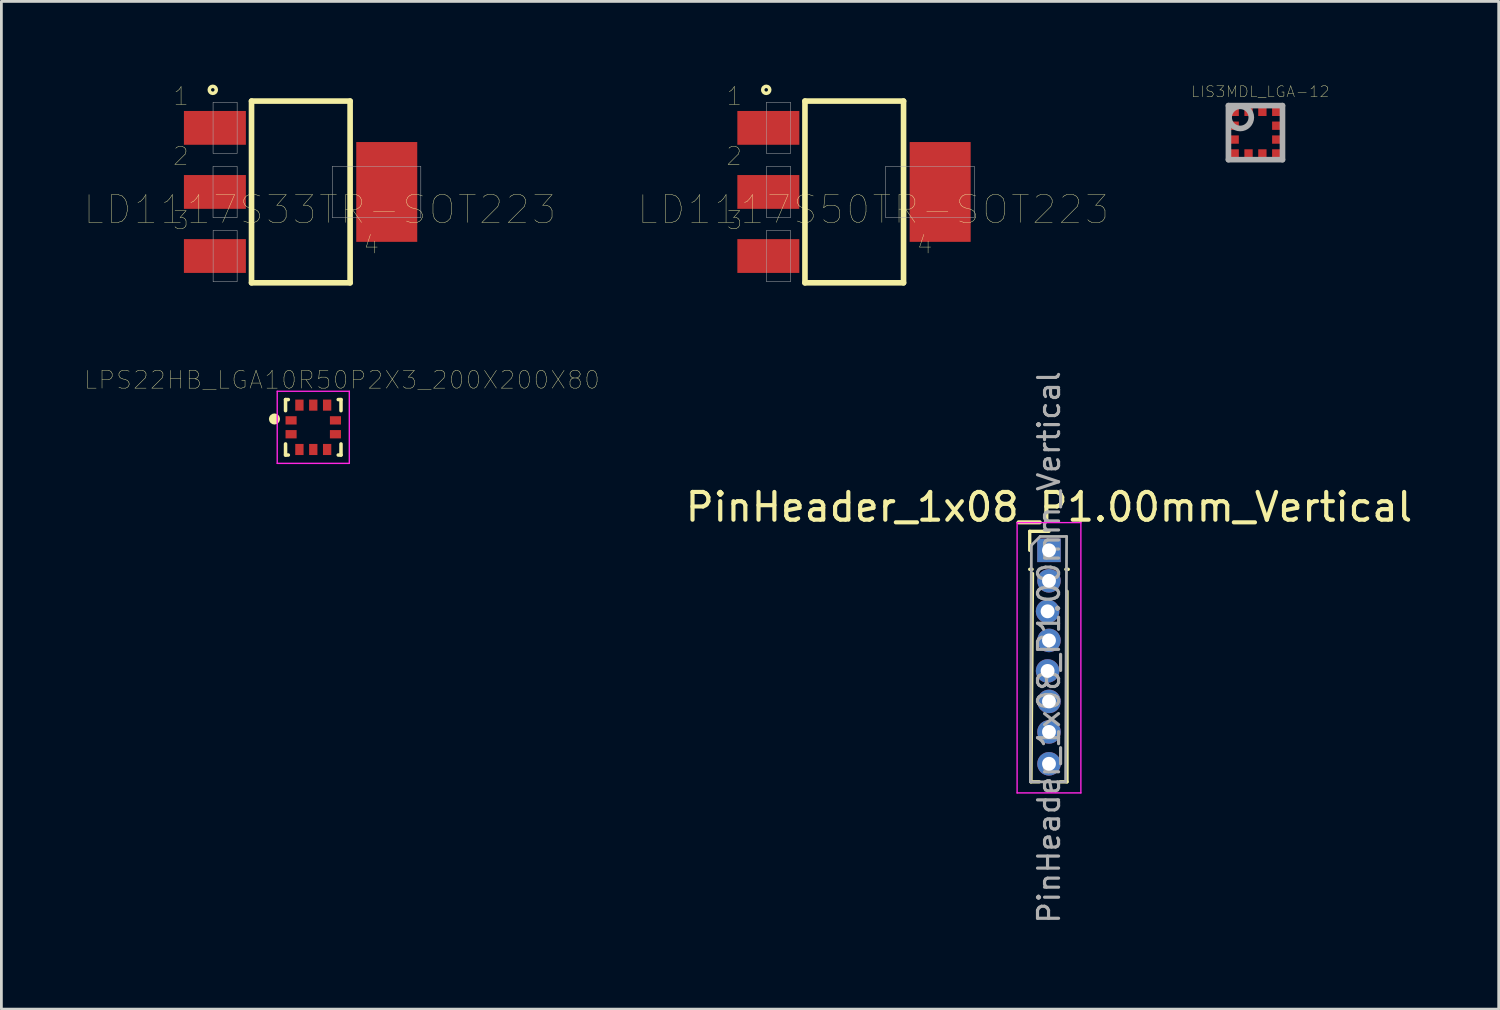
<source format=kicad_pcb>
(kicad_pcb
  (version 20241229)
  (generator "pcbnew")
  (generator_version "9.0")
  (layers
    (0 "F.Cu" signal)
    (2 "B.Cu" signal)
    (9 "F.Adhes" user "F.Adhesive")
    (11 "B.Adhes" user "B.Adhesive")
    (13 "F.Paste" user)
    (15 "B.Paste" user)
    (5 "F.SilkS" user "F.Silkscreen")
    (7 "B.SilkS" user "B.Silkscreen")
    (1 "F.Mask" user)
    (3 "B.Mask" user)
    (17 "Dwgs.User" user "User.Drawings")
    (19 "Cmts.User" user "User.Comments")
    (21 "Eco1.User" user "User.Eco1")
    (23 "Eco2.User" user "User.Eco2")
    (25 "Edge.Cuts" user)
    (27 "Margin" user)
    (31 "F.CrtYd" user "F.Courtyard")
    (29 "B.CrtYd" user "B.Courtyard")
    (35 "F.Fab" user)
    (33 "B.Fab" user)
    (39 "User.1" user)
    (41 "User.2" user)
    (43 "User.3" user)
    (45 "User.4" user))
  (footprint "PinHeader_1x08_P1.00mm_Vertical"
    (layer "F.Cu")
    (at 34.785 16.799)
    (property "Reference" "PinHeader_1x08_P1.00mm_Vertical" (at 0 -1.56 0) (layer "F.SilkS") (effects (font (size 1 1) (thickness 0.15))))
    (attr through_hole)
    (fp_line (start -0.695 -0.685) (end 0 -0.685) (stroke (width 0.12) (type solid)) (layer "F.SilkS"))
    (fp_line (start -0.695 0) (end -0.695 -0.685) (stroke (width 0.12) (type solid)) (layer "F.SilkS"))
    (fp_line (start -0.695 0.685) (end -0.608 0.685) (stroke (width 0.12) (type solid)) (layer "F.SilkS"))
    (fp_line (start -0.65 8.35) (end -0.35 8.35) (stroke (width 0.12) (type solid)) (layer "F.SilkS"))
    (fp_line (start -0.595 0.835) (end -0.65 8.35) (stroke (width 0.12) (type solid)) (layer "F.SilkS"))
    (fp_line (start 0.4 8.35) (end 0.65 8.35) (stroke (width 0.12) (type solid)) (layer "F.SilkS"))
    (fp_line (start 0.608 0.685) (end 0.695 0.685) (stroke (width 0.12) (type solid)) (layer "F.SilkS"))
    (fp_line (start 0.65 1.475) (end 0.65 8.35) (stroke (width 0.12) (type solid)) (layer "F.SilkS"))
    (fp_line (start -1.15 -1) (end -1.15 8.75) (stroke (width 0.05) (type solid)) (layer "F.CrtYd"))
    (fp_line (start -1.15 8.75) (end 1.15 8.75) (stroke (width 0.05) (type solid)) (layer "F.CrtYd"))
    (fp_line (start 1.15 -1) (end -1.15 -1) (stroke (width 0.05) (type solid)) (layer "F.CrtYd"))
    (fp_line (start 1.15 8.75) (end 1.15 -1) (stroke (width 0.05) (type solid)) (layer "F.CrtYd"))
    (fp_line (start -0.67 8.35) (end -0.635 -0.182) (stroke (width 0.1) (type solid)) (layer "F.Fab"))
    (fp_line (start -0.635 -0.182) (end -0.318 -0.5) (stroke (width 0.1) (type solid)) (layer "F.Fab"))
    (fp_line (start -0.318 -0.5) (end 0.635 -0.5) (stroke (width 0.1) (type solid)) (layer "F.Fab"))
    (fp_line (start 0.6 8.35) (end -0.67 8.35) (stroke (width 0.1) (type solid)) (layer "F.Fab"))
    (fp_line (start 0.635 -0.5) (end 0.6 8.35) (stroke (width 0.1) (type solid)) (layer "F.Fab"))
    (fp_text user "${REFERENCE}" (at 0 3.5 90) (layer "F.Fab") (effects (font (size 0.76 0.76) (thickness 0.114))))
    (pad "1" thru_hole rect (at 0 0) (size 0.85 0.85) (drill 0.5) (layers "*.Cu" "*.Mask"))
    (pad "2" thru_hole oval (at 0 1.1) (size 0.85 0.85) (drill 0.5) (layers "*.Cu" "*.Mask"))
    (pad "3" thru_hole oval (at -0.05 2.2) (size 0.85 0.85) (drill 0.5) (layers "*.Cu" "*.Mask"))
    (pad "4" thru_hole oval (at 0 3.25) (size 0.85 0.85) (drill 0.5) (layers "*.Cu" "*.Mask"))
    (pad "5" thru_hole oval (at -0.05 4.35) (size 0.85 0.85) (drill 0.5) (layers "*.Cu" "*.Mask"))
    (pad "6" thru_hole oval (at 0 5.45) (size 0.85 0.85) (drill 0.5) (layers "*.Cu" "*.Mask"))
    (pad "7" thru_hole oval (at 0 6.55) (size 0.85 0.85) (drill 0.5) (layers "*.Cu" "*.Mask"))
    (pad "8" thru_hole oval (at 0 7.7) (size 0.85 0.85) (drill 0.5) (layers "*.Cu" "*.Mask")))
  (footprint "LPS22HB_LGA10R50P2X3_200X200X80"
    (layer "F.Cu")
    (at 8.249 12.362)
    (property "Reference" "LPS22HB_LGA10R50P2X3_200X200X80" (at 1.034 -1.709 0) (layer "F.SilkS") (effects (font (size 0.641 0.641) (thickness 0.015))))
    (attr through_hole)
    (fp_line (start -1 -1) (end -1 -0.6) (stroke (width 0.127) (type solid)) (layer "F.SilkS"))
    (fp_line (start -1 0.6) (end -1 1) (stroke (width 0.127) (type solid)) (layer "F.SilkS"))
    (fp_line (start -0.9 -1) (end -1 -1) (stroke (width 0.127) (type solid)) (layer "F.SilkS"))
    (fp_line (start -0.9 1) (end -1 1) (stroke (width 0.127) (type solid)) (layer "F.SilkS"))
    (fp_line (start 0.9 1) (end 1 1) (stroke (width 0.127) (type solid)) (layer "F.SilkS"))
    (fp_line (start 1 -1) (end 0.9 -1) (stroke (width 0.127) (type solid)) (layer "F.SilkS"))
    (fp_line (start 1 -1) (end 1 -0.6) (stroke (width 0.127) (type solid)) (layer "F.SilkS"))
    (fp_line (start 1 1) (end 1 0.6) (stroke (width 0.127) (type solid)) (layer "F.SilkS"))
    (fp_circle (center -1.4 -0.3) (end -1.3 -0.3) (stroke (width 0.2) (type solid)) (fill no) (layer "F.SilkS"))
    (fp_line (start -1.3 -1.3) (end 1.3 -1.3) (stroke (width 0.05) (type solid)) (layer "F.CrtYd"))
    (fp_line (start -1.3 1.3) (end -1.3 -1.3) (stroke (width 0.05) (type solid)) (layer "F.CrtYd"))
    (fp_line (start 1.3 -1.3) (end 1.3 1.3) (stroke (width 0.05) (type solid)) (layer "F.CrtYd"))
    (fp_line (start 1.3 1.3) (end -1.3 1.3) (stroke (width 0.05) (type solid)) (layer "F.CrtYd"))
    (pad "1" smd rect (at -0.8 -0.25) (size 0.4 0.3) (layers "F.Cu" "F.Mask" "F.Paste"))
    (pad "2" smd rect (at -0.8 0.25) (size 0.4 0.3) (layers "F.Cu" "F.Mask" "F.Paste"))
    (pad "3" smd rect (at -0.5 0.8) (size 0.3 0.4) (layers "F.Cu" "F.Mask" "F.Paste"))
    (pad "4" smd rect (at 0 0.8) (size 0.3 0.4) (layers "F.Cu" "F.Mask" "F.Paste"))
    (pad "5" smd rect (at 0.5 0.8) (size 0.3 0.4) (layers "F.Cu" "F.Mask" "F.Paste"))
    (pad "6" smd rect (at 0.8 0.25) (size 0.4 0.3) (layers "F.Cu" "F.Mask" "F.Paste"))
    (pad "7" smd rect (at 0.8 -0.25) (size 0.4 0.3) (layers "F.Cu" "F.Mask" "F.Paste"))
    (pad "8" smd rect (at 0.5 -0.8) (size 0.3 0.4) (layers "F.Cu" "F.Mask" "F.Paste"))
    (pad "9" smd rect (at 0 -0.8) (size 0.3 0.4) (layers "F.Cu" "F.Mask" "F.Paste"))
    (pad "10" smd rect (at -0.5 -0.8) (size 0.3 0.4) (layers "F.Cu" "F.Mask" "F.Paste")))
  (footprint "LD1117S50TR-SOT223"
    (layer "F.Cu")
    (at 27.761 3.873)
    (property "Reference" "LD1117S50TR-SOT223" (at 0.686 0.635 180) (layer "F.SilkS") (effects (font (size 1 1) (thickness 0.015))))
    (attr through_hole)
    (fp_line (start -1.778 -3.277) (end 1.778 -3.277) (stroke (width 0.203) (type solid)) (layer "F.SilkS"))
    (fp_line (start -1.778 3.277) (end -1.778 -3.277) (stroke (width 0.203) (type solid)) (layer "F.SilkS"))
    (fp_line (start 1.778 -3.277) (end 1.778 3.277) (stroke (width 0.203) (type solid)) (layer "F.SilkS"))
    (fp_line (start 1.778 3.277) (end -1.778 3.277) (stroke (width 0.203) (type solid)) (layer "F.SilkS"))
    (fp_circle (center -3.175 -3.683) (end -3.048 -3.683) (stroke (width 0.127) (type solid)) (fill no) (layer "F.SilkS"))
    (fp_poly (pts (xy -3.168 -3.239) (xy -2.299 -3.239) (xy -2.299 -1.387) (xy -3.168 -1.387)) (stroke (width 0.01) (type solid)) (fill no) (layer "F.Fab"))
    (fp_poly (pts (xy -3.166 1.384) (xy -2.299 1.384) (xy -2.299 3.242) (xy -3.166 3.242)) (stroke (width 0.01) (type solid)) (fill no) (layer "F.Fab"))
    (fp_poly (pts (xy -3.164 -3.239) (xy -2.299 -3.239) (xy -2.299 -1.385) (xy -3.164 -1.385)) (stroke (width 0.01) (type solid)) (fill no) (layer "F.Fab"))
    (fp_poly (pts (xy -3.164 1.384) (xy -2.299 1.384) (xy -2.299 3.24) (xy -3.164 3.24)) (stroke (width 0.01) (type solid)) (fill no) (layer "F.Fab"))
    (fp_poly (pts (xy -3.164 -0.927) (xy -2.299 -0.927) (xy -2.299 0.928) (xy -3.164 0.928)) (stroke (width 0.01) (type solid)) (fill no) (layer "F.Fab"))
    (fp_poly (pts (xy -3.163 -0.927) (xy -2.299 -0.927) (xy -2.299 0.927) (xy -3.163 0.927)) (stroke (width 0.01) (type solid)) (fill no) (layer "F.Fab"))
    (fp_poly (pts (xy 1.13 -0.927) (xy 4.331 -0.927) (xy 4.331 0.927) (xy 1.13 0.927)) (stroke (width 0.01) (type solid)) (fill no) (layer "F.Fab"))
    (fp_poly (pts (xy 1.131 -0.927) (xy 4.331 -0.927) (xy 4.331 0.927) (xy 1.131 0.927)) (stroke (width 0.01) (type solid)) (fill no) (layer "F.Fab"))
    (fp_text user "1" (at -4.325 -3.458 0) (layer "F.SilkS") (effects (font (size 0.641 0.641) (thickness 0.015))))
    (fp_text user "3" (at -4.318 1.021 0) (layer "F.SilkS") (effects (font (size 0.64 0.64) (thickness 0.015))))
    (fp_text user "4" (at 2.541 1.906 0) (layer "F.SilkS") (effects (font (size 0.64 0.64) (thickness 0.015))))
    (fp_text user "2" (at -4.334 -1.293 0) (layer "F.SilkS") (effects (font (size 0.641 0.641) (thickness 0.015))))
    (pad "1" smd rect (at -3.099 -2.311) (size 2.235 1.219) (layers "F.Cu" "F.Mask" "F.Paste"))
    (pad "2" smd rect (at -3.099 0) (size 2.235 1.219) (layers "F.Cu" "F.Mask" "F.Paste"))
    (pad "3" smd rect (at -3.099 2.311) (size 2.235 1.219) (layers "F.Cu" "F.Mask" "F.Paste"))
    (pad "4" smd rect (at 3.099 0) (size 2.2 3.6) (layers "F.Cu" "F.Mask" "F.Paste")))
  (footprint "LD1117S33TR-SOT223"
    (layer "F.Cu")
    (at 7.8 3.873)
    (property "Reference" "LD1117S33TR-SOT223" (at 0.687 0.636 180) (layer "F.SilkS") (effects (font (size 1.002 1.002) (thickness 0.015))))
    (attr through_hole)
    (fp_line (start -1.778 -3.277) (end 1.778 -3.277) (stroke (width 0.203) (type solid)) (layer "F.SilkS"))
    (fp_line (start -1.778 3.277) (end -1.778 -3.277) (stroke (width 0.203) (type solid)) (layer "F.SilkS"))
    (fp_line (start 1.778 -3.277) (end 1.778 3.277) (stroke (width 0.203) (type solid)) (layer "F.SilkS"))
    (fp_line (start 1.778 3.277) (end -1.778 3.277) (stroke (width 0.203) (type solid)) (layer "F.SilkS"))
    (fp_circle (center -3.175 -3.683) (end -3.048 -3.683) (stroke (width 0.127) (type solid)) (fill no) (layer "F.SilkS"))
    (fp_poly (pts (xy -3.168 -0.927) (xy -2.299 -0.927) (xy -2.299 0.929) (xy -3.168 0.929)) (stroke (width 0.01) (type solid)) (fill no) (layer "F.Fab"))
    (fp_poly (pts (xy -3.167 -3.239) (xy -2.299 -3.239) (xy -2.299 -1.387) (xy -3.167 -1.387)) (stroke (width 0.01) (type solid)) (fill no) (layer "F.Fab"))
    (fp_poly (pts (xy -3.166 -0.927) (xy -2.299 -0.927) (xy -2.299 0.928) (xy -3.166 0.928)) (stroke (width 0.01) (type solid)) (fill no) (layer "F.Fab"))
    (fp_poly (pts (xy -3.166 1.384) (xy -2.299 1.384) (xy -2.299 3.242) (xy -3.166 3.242)) (stroke (width 0.01) (type solid)) (fill no) (layer "F.Fab"))
    (fp_poly (pts (xy -3.165 -3.239) (xy -2.299 -3.239) (xy -2.299 -1.386) (xy -3.165 -1.386)) (stroke (width 0.01) (type solid)) (fill no) (layer "F.Fab"))
    (fp_poly (pts (xy -3.164 1.384) (xy -2.299 1.384) (xy -2.299 3.24) (xy -3.164 3.24)) (stroke (width 0.01) (type solid)) (fill no) (layer "F.Fab"))
    (fp_poly (pts (xy 1.131 -0.927) (xy 4.331 -0.927) (xy 4.331 0.928) (xy 1.131 0.928)) (stroke (width 0.01) (type solid)) (fill no) (layer "F.Fab"))
    (fp_poly (pts (xy 1.132 -0.927) (xy 4.331 -0.927) (xy 4.331 0.928) (xy 1.132 0.928)) (stroke (width 0.01) (type solid)) (fill no) (layer "F.Fab"))
    (fp_text user "2" (at -4.327 -1.291 0) (layer "F.SilkS") (effects (font (size 0.64 0.64) (thickness 0.015))))
    (fp_text user "4" (at 2.542 1.906 0) (layer "F.SilkS") (effects (font (size 0.64 0.64) (thickness 0.015))))
    (fp_text user "1" (at -4.319 -3.453 0) (layer "F.SilkS") (effects (font (size 0.64 0.64) (thickness 0.015))))
    (fp_text user "3" (at -4.323 1.022 0) (layer "F.SilkS") (effects (font (size 0.641 0.641) (thickness 0.015))))
    (pad "1" smd rect (at -3.099 -2.311) (size 2.235 1.219) (layers "F.Cu" "F.Mask" "F.Paste"))
    (pad "2" smd rect (at -3.099 0) (size 2.235 1.219) (layers "F.Cu" "F.Mask" "F.Paste"))
    (pad "3" smd rect (at -3.099 2.311) (size 2.235 1.219) (layers "F.Cu" "F.Mask" "F.Paste"))
    (pad "4" smd rect (at 3.099 0) (size 2.2 3.6) (layers "F.Cu" "F.Mask" "F.Paste")))
  (footprint "LIS3MDL_LGA-12"
    (layer "F.Cu")
    (at 42.232 1.734)
    (property "Reference" "LIS3MDL_LGA-12" (at 0.173 -1.477 0) (layer "F.SilkS") (effects (font (size 0.394 0.394) (thickness 0.015))))
    (attr through_hole)
    (fp_line (start -0.975 -0.975) (end 0.975 -0.975) (stroke (width 0.203) (type solid)) (layer "F.Fab"))
    (fp_line (start -0.975 0.975) (end -0.975 -0.975) (stroke (width 0.203) (type solid)) (layer "F.Fab"))
    (fp_line (start 0.975 -0.975) (end 0.975 0.975) (stroke (width 0.203) (type solid)) (layer "F.Fab"))
    (fp_line (start 0.975 0.975) (end -0.975 0.975) (stroke (width 0.203) (type solid)) (layer "F.Fab"))
    (fp_circle (center -0.55 -0.55) (end -0.15 -0.55) (stroke (width 0.203) (type solid)) (fill no) (layer "F.Fab"))
    (pad "1" smd rect (at -0.8 -0.75) (size 0.4 0.3) (layers "F.Cu" "F.Mask" "F.Paste"))
    (pad "2" smd rect (at -0.8 -0.25) (size 0.4 0.3) (layers "F.Cu" "F.Mask" "F.Paste"))
    (pad "3" smd rect (at -0.8 0.25) (size 0.4 0.3) (layers "F.Cu" "F.Mask" "F.Paste"))
    (pad "4" smd rect (at -0.8 0.75) (size 0.4 0.3) (layers "F.Cu" "F.Mask" "F.Paste"))
    (pad "5" smd rect (at -0.25 0.8) (size 0.3 0.4) (layers "F.Cu" "F.Mask" "F.Paste"))
    (pad "6" smd rect (at 0.25 0.8) (size 0.3 0.4) (layers "F.Cu" "F.Mask" "F.Paste"))
    (pad "7" smd rect (at 0.8 0.75) (size 0.4 0.3) (layers "F.Cu" "F.Mask" "F.Paste"))
    (pad "8" smd rect (at 0.8 0.25) (size 0.4 0.3) (layers "F.Cu" "F.Mask" "F.Paste"))
    (pad "9" smd rect (at 0.8 -0.25) (size 0.4 0.3) (layers "F.Cu" "F.Mask" "F.Paste"))
    (pad "10" smd rect (at 0.8 -0.75) (size 0.4 0.3) (layers "F.Cu" "F.Mask" "F.Paste"))
    (pad "11" smd rect (at 0.25 -0.8) (size 0.3 0.4) (layers "F.Cu" "F.Mask" "F.Paste"))
    (pad "12" smd rect (at -0.25 -0.8) (size 0.3 0.4) (layers "F.Cu" "F.Mask" "F.Paste")))
  (gr_rect
    (start -3 -3)
    (end 51.005 33.346)
    (stroke (width 0.1) (type default))
    (fill no)
    (layer "Edge.Cuts")))
</source>
